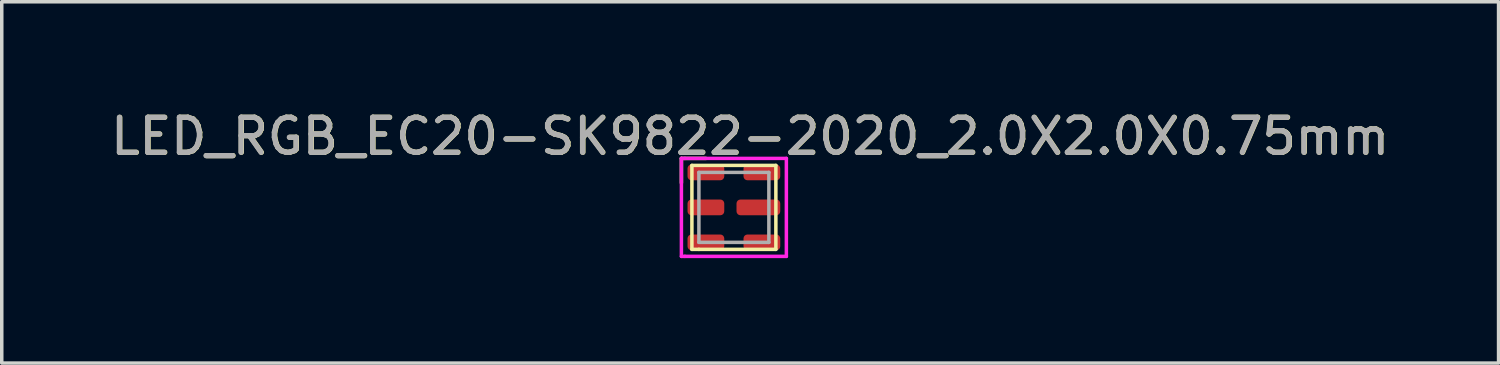
<source format=kicad_pcb>
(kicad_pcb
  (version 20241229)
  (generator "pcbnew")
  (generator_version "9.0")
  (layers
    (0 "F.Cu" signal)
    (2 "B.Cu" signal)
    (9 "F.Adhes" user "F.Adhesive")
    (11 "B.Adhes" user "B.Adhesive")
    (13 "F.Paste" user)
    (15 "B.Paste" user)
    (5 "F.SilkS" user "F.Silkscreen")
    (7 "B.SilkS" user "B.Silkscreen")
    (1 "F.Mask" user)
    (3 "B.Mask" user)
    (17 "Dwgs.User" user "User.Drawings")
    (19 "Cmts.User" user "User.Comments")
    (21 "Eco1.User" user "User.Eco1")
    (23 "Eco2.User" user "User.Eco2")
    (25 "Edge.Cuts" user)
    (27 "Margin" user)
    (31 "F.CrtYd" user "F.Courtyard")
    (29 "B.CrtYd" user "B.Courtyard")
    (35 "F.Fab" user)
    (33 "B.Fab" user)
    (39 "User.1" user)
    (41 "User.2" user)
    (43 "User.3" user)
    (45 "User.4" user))
  (footprint "LED_RGB_EC20-SK9822-2020_2.0X2.0X0.75mm"
    (layer "F.Cu")
    (at 17.927 2.878)
    (property "Reference" "LED_RGB_EC20-SK9822-2020_2.0X2.0X0.75mm" (at 0.47 -2.03 0) (layer "F.SilkS") (effects (font (size 1 1) (thickness 0.15))))
    (attr smd)
    (fp_line (start -1.5 -1.4) (end -0.8 -1.4) (stroke (width 0.1) (type solid)) (layer "F.SilkS"))
    (fp_line (start -1.5 -0.7) (end -1.5 -1.4) (stroke (width 0.1) (type solid)) (layer "F.SilkS"))
    (fp_line (start -1.2 -1.2) (end -1.2 1.2) (stroke (width 0.1) (type solid)) (layer "F.SilkS"))
    (fp_line (start -1.2 1.2) (end -1 1.2) (stroke (width 0.1) (type solid)) (layer "F.SilkS"))
    (fp_line (start -1 1.2) (end 1.2 1.2) (stroke (width 0.1) (type solid)) (layer "F.SilkS"))
    (fp_line (start 1.2 -1.2) (end -1.2 -1.2) (stroke (width 0.1) (type solid)) (layer "F.SilkS"))
    (fp_line (start 1.2 1.2) (end 1.2 -1.2) (stroke (width 0.1) (type solid)) (layer "F.SilkS"))
    (fp_line (start -1.5 -1.4) (end -1.4 -1.4) (stroke (width 0.1) (type solid)) (layer "F.CrtYd"))
    (fp_line (start -1.5 1.4) (end -1.5 -1.4) (stroke (width 0.1) (type solid)) (layer "F.CrtYd"))
    (fp_line (start -1.4 -1.4) (end 1.5 -1.4) (stroke (width 0.1) (type solid)) (layer "F.CrtYd"))
    (fp_line (start -1.4 1.4) (end -1.5 1.4) (stroke (width 0.1) (type solid)) (layer "F.CrtYd"))
    (fp_line (start 1.5 -1.4) (end 1.5 1.4) (stroke (width 0.1) (type solid)) (layer "F.CrtYd"))
    (fp_line (start 1.5 1.4) (end -1.4 1.4) (stroke (width 0.1) (type solid)) (layer "F.CrtYd"))
    (fp_line (start -1 -1) (end 1 -1) (stroke (width 0.1) (type solid)) (layer "F.Fab"))
    (fp_line (start -1 1) (end -1 -1) (stroke (width 0.1) (type solid)) (layer "F.Fab"))
    (fp_line (start 1 -1) (end 1 1) (stroke (width 0.1) (type solid)) (layer "F.Fab"))
    (fp_line (start 1 1) (end -1 1) (stroke (width 0.1) (type solid)) (layer "F.Fab"))
    (fp_text user "${REFERENCE}" (at 0.46 -2.03 0) (layer "F.Fab") (effects (font (size 1 1) (thickness 0.15))))
    (pad "1" smd roundrect (at -0.8 -1) (size 1.05 0.45) (layers "F.Cu" "F.Mask" "F.Paste") (roundrect_rratio 0.25))
    (pad "2" smd roundrect (at -0.8 0) (size 1.05 0.45) (layers "F.Cu" "F.Mask" "F.Paste") (roundrect_rratio 0.25))
    (pad "3" smd roundrect (at -0.8 1) (size 1.05 0.45) (layers "F.Cu" "F.Mask" "F.Paste") (roundrect_rratio 0.25))
    (pad "4" smd roundrect (at 0.8 1) (size 1.05 0.45) (layers "F.Cu" "F.Mask" "F.Paste") (roundrect_rratio 0.25))
    (pad "5" smd roundrect (at 0.7 0) (size 1.25 0.45) (layers "F.Cu" "F.Mask" "F.Paste") (roundrect_rratio 0.25))
    (pad "6" smd roundrect (at 0.8 -1) (size 1.05 0.45) (layers "F.Cu" "F.Mask" "F.Paste") (roundrect_rratio 0.25)))
  (gr_rect
    (start -3 -3)
    (end 39.784 7.328)
    (stroke (width 0.1) (type default))
    (fill no)
    (layer "Edge.Cuts")))
</source>
